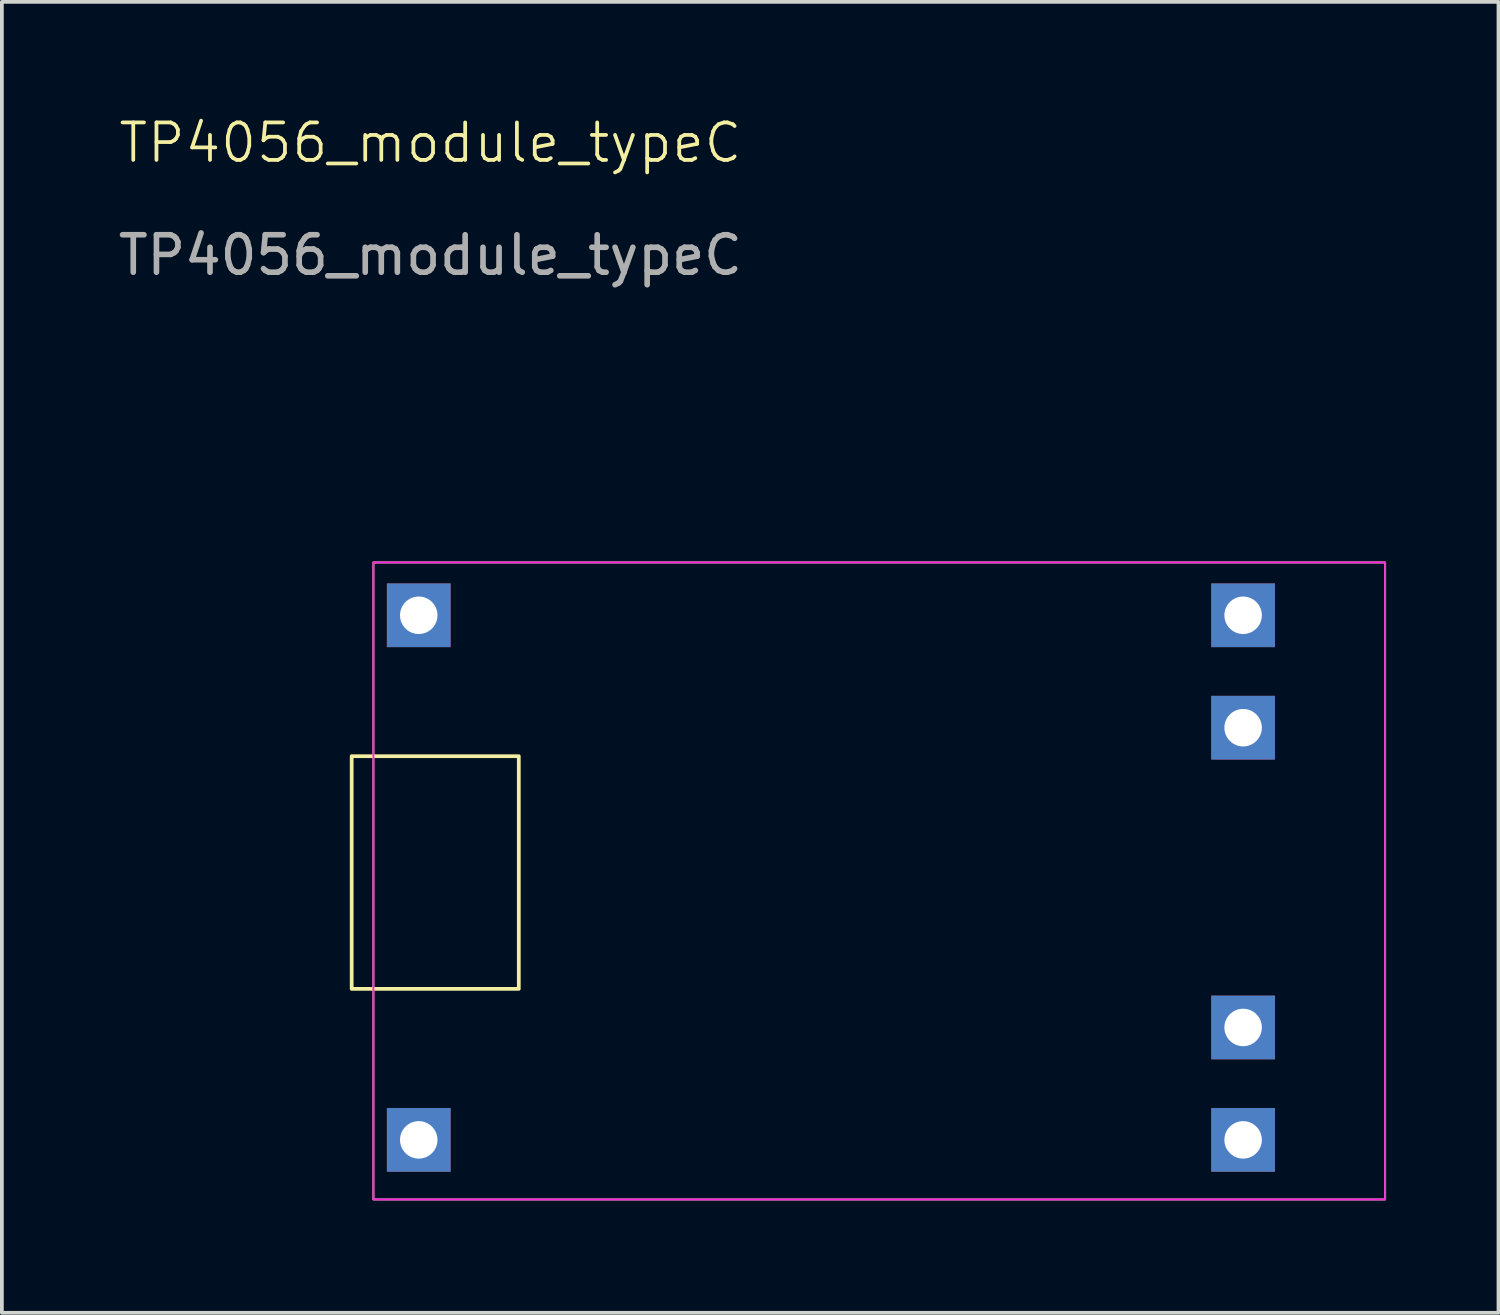
<source format=kicad_pcb>
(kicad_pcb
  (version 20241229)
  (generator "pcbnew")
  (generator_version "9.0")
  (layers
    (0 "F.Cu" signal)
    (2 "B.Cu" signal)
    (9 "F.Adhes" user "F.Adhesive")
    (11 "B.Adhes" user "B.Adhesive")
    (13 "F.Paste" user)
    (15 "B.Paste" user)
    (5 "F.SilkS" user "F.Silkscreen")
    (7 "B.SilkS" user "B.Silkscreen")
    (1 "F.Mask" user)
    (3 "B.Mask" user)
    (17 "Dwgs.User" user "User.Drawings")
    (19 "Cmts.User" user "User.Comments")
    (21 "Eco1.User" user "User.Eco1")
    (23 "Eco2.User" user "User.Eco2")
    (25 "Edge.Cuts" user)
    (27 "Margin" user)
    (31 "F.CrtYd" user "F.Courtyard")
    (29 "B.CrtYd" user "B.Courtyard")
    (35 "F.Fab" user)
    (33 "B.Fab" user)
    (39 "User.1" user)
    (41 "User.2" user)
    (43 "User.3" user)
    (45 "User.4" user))
  (footprint "TP4056_module_typeC"
    (layer "F.Cu")
    (at 8.125 13.37)
    (property "Reference" "TP4056_module_typeC" (at 0.31 -12.61 0) (unlocked yes) (layer "F.SilkS") (effects (font (size 1 1) (thickness 0.1))))
    (attr through_hole)
    (fp_rect (start -1.79 3.76) (end 2.67 9.97) (stroke (width 0.1) (type default)) (fill no) (layer "F.SilkS"))
    (fp_rect (start -1.21 -1.41) (end 25.79 15.59) (stroke (width 0.05) (type default)) (fill no) (layer "F.SilkS"))
    (fp_rect (start -1.21 -1.41) (end 25.79 15.59) (stroke (width 0.05) (type default)) (fill no) (layer "F.CrtYd"))
    (fp_text user "${REFERENCE}" (at 0.31 -9.61 0) (unlocked yes) (layer "F.Fab") (effects (font (size 1 1) (thickness 0.15))))
    (pad "1" thru_hole rect (at 0 0) (size 1.7 1.7) (drill 1) (layers "*.Cu" "*.Mask"))
    (pad "2" thru_hole rect (at 0 14) (size 1.7 1.7) (drill 1) (layers "*.Cu" "*.Mask"))
    (pad "3" thru_hole rect (at 22 0) (size 1.7 1.7) (drill 1) (layers "*.Cu" "*.Mask"))
    (pad "4" thru_hole rect (at 22 14) (size 1.7 1.7) (drill 1) (layers "*.Cu" "*.Mask"))
    (pad "5" thru_hole rect (at 22 3) (size 1.7 1.7) (drill 1) (layers "*.Cu" "*.Mask"))
    (pad "6" thru_hole rect (at 22 11) (size 1.7 1.7) (drill 1) (layers "*.Cu" "*.Mask")))
  (gr_rect
    (start -3 -3)
    (end 36.94 31.985)
    (stroke (width 0.1) (type default))
    (fill no)
    (layer "Edge.Cuts")))
</source>
